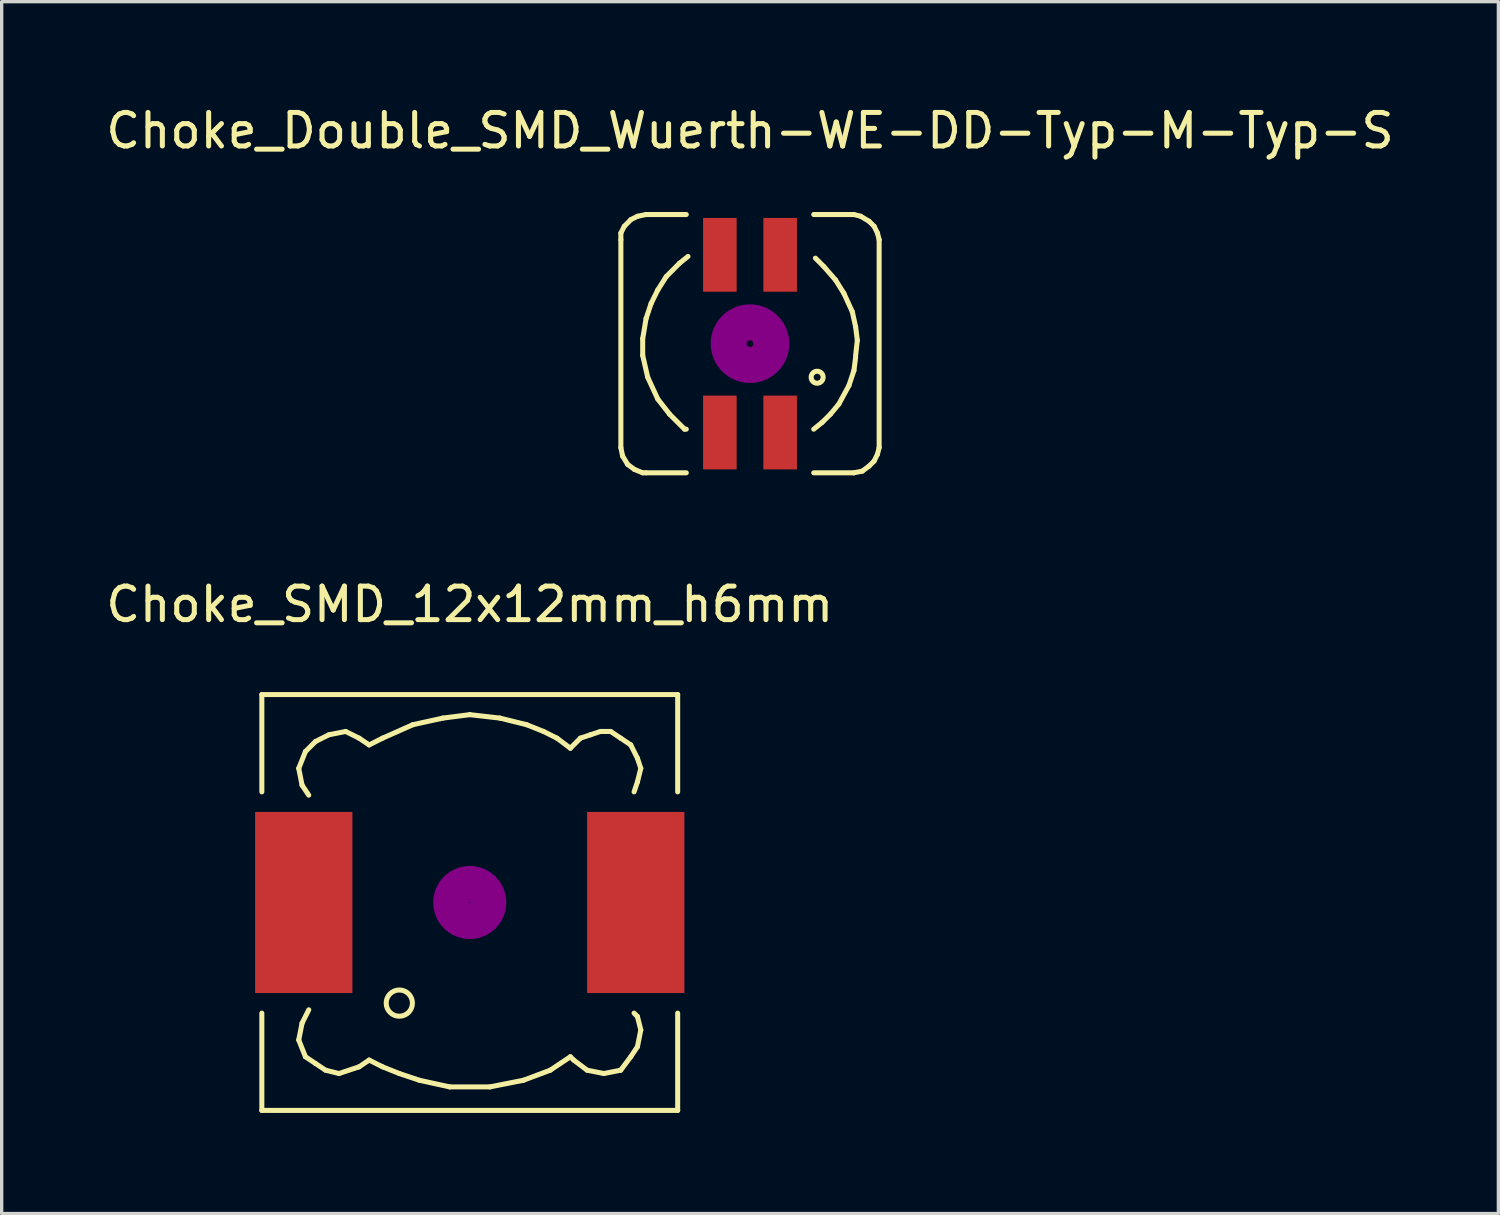
<source format=kicad_pcb>
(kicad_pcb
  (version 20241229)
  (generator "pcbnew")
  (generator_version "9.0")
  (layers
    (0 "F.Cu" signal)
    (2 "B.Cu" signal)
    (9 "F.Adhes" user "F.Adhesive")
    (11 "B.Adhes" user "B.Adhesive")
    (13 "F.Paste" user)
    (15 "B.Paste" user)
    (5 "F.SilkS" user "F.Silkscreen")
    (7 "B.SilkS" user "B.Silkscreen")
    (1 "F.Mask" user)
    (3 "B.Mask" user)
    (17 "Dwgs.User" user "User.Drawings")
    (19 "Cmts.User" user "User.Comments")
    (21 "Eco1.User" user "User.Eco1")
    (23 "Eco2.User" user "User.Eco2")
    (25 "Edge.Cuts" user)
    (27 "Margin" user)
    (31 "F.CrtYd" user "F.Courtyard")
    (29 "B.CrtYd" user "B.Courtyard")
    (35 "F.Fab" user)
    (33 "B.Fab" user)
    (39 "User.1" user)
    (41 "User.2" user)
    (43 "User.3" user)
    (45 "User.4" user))
  (footprint "Choke_Double_SMD_Wuerth-WE-DD-Typ-M-Typ-S"
    (layer "F.Cu")
    (at 19.315 7.198)
    (property "Reference" "Choke_Double_SMD_Wuerth-WE-DD-Typ-M-Typ-S" (at 0 -6.35 0) (layer "F.SilkS") (effects (font (size 1 1) (thickness 0.15))))
    (attr smd)
    (fp_line (start -3.851 -3.299) (end -3.851 -3.099) (stroke (width 0.15) (type solid)) (layer "F.SilkS"))
    (fp_line (start -3.851 -3.099) (end -3.851 3.099) (stroke (width 0.15) (type solid)) (layer "F.SilkS"))
    (fp_line (start -3.851 3.099) (end -3.8 3.35) (stroke (width 0.15) (type solid)) (layer "F.SilkS"))
    (fp_line (start -3.8 3.35) (end -3.65 3.599) (stroke (width 0.15) (type solid)) (layer "F.SilkS"))
    (fp_line (start -3.749 -3.5) (end -3.851 -3.299) (stroke (width 0.15) (type solid)) (layer "F.SilkS"))
    (fp_line (start -3.65 3.599) (end -3.449 3.749) (stroke (width 0.15) (type solid)) (layer "F.SilkS"))
    (fp_line (start -3.551 -3.701) (end -3.749 -3.5) (stroke (width 0.15) (type solid)) (layer "F.SilkS"))
    (fp_line (start -3.449 3.749) (end -3.2 3.851) (stroke (width 0.15) (type solid)) (layer "F.SilkS"))
    (fp_line (start -3.35 -3.8) (end -3.551 -3.701) (stroke (width 0.15) (type solid)) (layer "F.SilkS"))
    (fp_line (start -3.2 -0.15) (end -3.2 0.351) (stroke (width 0.15) (type solid)) (layer "F.SilkS"))
    (fp_line (start -3.2 0.351) (end -3.051 1.001) (stroke (width 0.15) (type solid)) (layer "F.SilkS"))
    (fp_line (start -3.2 3.851) (end -3.099 3.851) (stroke (width 0.15) (type solid)) (layer "F.SilkS"))
    (fp_line (start -3.099 -3.851) (end -3.35 -3.8) (stroke (width 0.15) (type solid)) (layer "F.SilkS"))
    (fp_line (start -3.099 -0.749) (end -3.2 -0.15) (stroke (width 0.15) (type solid)) (layer "F.SilkS"))
    (fp_line (start -3.099 3.851) (end -1.9 3.851) (stroke (width 0.15) (type solid)) (layer "F.SilkS"))
    (fp_line (start -3.051 1.001) (end -2.751 1.651) (stroke (width 0.15) (type solid)) (layer "F.SilkS"))
    (fp_line (start -2.949 -1.199) (end -3.099 -0.749) (stroke (width 0.15) (type solid)) (layer "F.SilkS"))
    (fp_line (start -2.751 -1.6) (end -2.949 -1.199) (stroke (width 0.15) (type solid)) (layer "F.SilkS"))
    (fp_line (start -2.751 1.651) (end -2.4 2.101) (stroke (width 0.15) (type solid)) (layer "F.SilkS"))
    (fp_line (start -2.499 -1.999) (end -2.751 -1.6) (stroke (width 0.15) (type solid)) (layer "F.SilkS"))
    (fp_line (start -2.4 2.101) (end -1.951 2.55) (stroke (width 0.15) (type solid)) (layer "F.SilkS"))
    (fp_line (start -2.101 -2.4) (end -2.499 -1.999) (stroke (width 0.15) (type solid)) (layer "F.SilkS"))
    (fp_line (start -1.951 2.55) (end -1.9 2.55) (stroke (width 0.15) (type solid)) (layer "F.SilkS"))
    (fp_line (start -1.9 -3.851) (end -3.099 -3.851) (stroke (width 0.15) (type solid)) (layer "F.SilkS"))
    (fp_line (start -1.849 -2.601) (end -2.101 -2.4) (stroke (width 0.15) (type solid)) (layer "F.SilkS"))
    (fp_line (start 1.9 -3.851) (end 3.099 -3.851) (stroke (width 0.15) (type solid)) (layer "F.SilkS"))
    (fp_line (start 1.951 -2.55) (end 2.2 -2.301) (stroke (width 0.15) (type solid)) (layer "F.SilkS"))
    (fp_line (start 2.149 2.349) (end 1.9 2.55) (stroke (width 0.15) (type solid)) (layer "F.SilkS"))
    (fp_line (start 2.2 -2.301) (end 2.55 -1.9) (stroke (width 0.15) (type solid)) (layer "F.SilkS"))
    (fp_line (start 2.4 2.101) (end 2.149 2.349) (stroke (width 0.15) (type solid)) (layer "F.SilkS"))
    (fp_line (start 2.55 -1.9) (end 2.799 -1.501) (stroke (width 0.15) (type solid)) (layer "F.SilkS"))
    (fp_line (start 2.649 1.801) (end 2.4 2.101) (stroke (width 0.15) (type solid)) (layer "F.SilkS"))
    (fp_line (start 2.799 -1.501) (end 3.051 -0.95) (stroke (width 0.15) (type solid)) (layer "F.SilkS"))
    (fp_line (start 2.949 1.25) (end 2.649 1.801) (stroke (width 0.15) (type solid)) (layer "F.SilkS"))
    (fp_line (start 3.051 -0.95) (end 3.15 -0.5) (stroke (width 0.15) (type solid)) (layer "F.SilkS"))
    (fp_line (start 3.099 -3.851) (end 3.299 -3.8) (stroke (width 0.15) (type solid)) (layer "F.SilkS"))
    (fp_line (start 3.099 0.8) (end 2.949 1.25) (stroke (width 0.15) (type solid)) (layer "F.SilkS"))
    (fp_line (start 3.099 3.851) (end 1.9 3.851) (stroke (width 0.15) (type solid)) (layer "F.SilkS"))
    (fp_line (start 3.15 -0.5) (end 3.2 -0.099) (stroke (width 0.15) (type solid)) (layer "F.SilkS"))
    (fp_line (start 3.15 0.399) (end 3.099 0.8) (stroke (width 0.15) (type solid)) (layer "F.SilkS"))
    (fp_line (start 3.2 -0.099) (end 3.15 0.351) (stroke (width 0.15) (type solid)) (layer "F.SilkS"))
    (fp_line (start 3.299 -3.8) (end 3.551 -3.65) (stroke (width 0.15) (type solid)) (layer "F.SilkS"))
    (fp_line (start 3.35 3.8) (end 3.099 3.851) (stroke (width 0.15) (type solid)) (layer "F.SilkS"))
    (fp_line (start 3.551 -3.65) (end 3.701 -3.5) (stroke (width 0.15) (type solid)) (layer "F.SilkS"))
    (fp_line (start 3.551 3.65) (end 3.35 3.8) (stroke (width 0.15) (type solid)) (layer "F.SilkS"))
    (fp_line (start 3.701 -3.5) (end 3.8 -3.299) (stroke (width 0.15) (type solid)) (layer "F.SilkS"))
    (fp_line (start 3.701 3.5) (end 3.551 3.65) (stroke (width 0.15) (type solid)) (layer "F.SilkS"))
    (fp_line (start 3.8 -3.299) (end 3.851 -3.099) (stroke (width 0.15) (type solid)) (layer "F.SilkS"))
    (fp_line (start 3.8 3.299) (end 3.701 3.5) (stroke (width 0.15) (type solid)) (layer "F.SilkS"))
    (fp_line (start 3.851 -3.099) (end 3.851 3.099) (stroke (width 0.15) (type solid)) (layer "F.SilkS"))
    (fp_line (start 3.851 3.099) (end 3.8 3.299) (stroke (width 0.15) (type solid)) (layer "F.SilkS"))
    (fp_circle (center 2.002 1.001) (end 2.151 0.902) (stroke (width 0.15) (type solid)) (fill no) (layer "F.SilkS"))
    (fp_circle (center 0 0) (end 0.1 0) (stroke (width 0.305) (type solid)) (fill no) (layer "F.Adhes"))
    (fp_circle (center 0 0) (end 0.3 -0.1) (stroke (width 0.305) (type solid)) (fill no) (layer "F.Adhes"))
    (fp_circle (center 0 0) (end 0.6 0) (stroke (width 0.305) (type solid)) (fill no) (layer "F.Adhes"))
    (fp_circle (center 0 0) (end 0.8 -0.1) (stroke (width 0.305) (type solid)) (fill no) (layer "F.Adhes"))
    (fp_circle (center 0 0) (end 1 -0.2) (stroke (width 0.305) (type solid)) (fill no) (layer "F.Adhes"))
    (fp_circle (center 0.8 0) (end 0.8 0) (stroke (width 0.305) (type solid)) (fill no) (layer "F.Adhes"))
    (pad "1" smd rect (at -0.899 2.649) (size 1.001 2.2) (layers "F.Cu" "F.Mask" "F.Paste"))
    (pad "2" smd rect (at -0.899 -2.649) (size 1.001 2.2) (layers "F.Cu" "F.Mask" "F.Paste"))
    (pad "3" smd rect (at 0.899 -2.649) (size 1.001 2.2) (layers "F.Cu" "F.Mask" "F.Paste"))
    (pad "4" smd rect (at 0.899 2.649) (size 1.001 2.2) (layers "F.Cu" "F.Mask" "F.Paste")))
  (footprint "Choke_SMD_12x12mm_h6mm"
    (layer "F.Cu")
    (at 10.958 23.862)
    (property "Reference" "Choke_SMD_12x12mm_h6mm" (at 0 -8.89 0) (layer "F.SilkS") (effects (font (size 1 1) (thickness 0.15))))
    (attr smd)
    (fp_line (start -6.2 -6.2) (end -6.2 -3.299) (stroke (width 0.15) (type solid)) (layer "F.SilkS"))
    (fp_line (start -6.2 3.299) (end -6.2 6.2) (stroke (width 0.15) (type solid)) (layer "F.SilkS"))
    (fp_line (start -6.2 6.2) (end 6.2 6.2) (stroke (width 0.15) (type solid)) (layer "F.SilkS"))
    (fp_line (start -5.1 -4) (end -5.001 -3.5) (stroke (width 0.15) (type solid)) (layer "F.SilkS"))
    (fp_line (start -5.1 4.1) (end -5.001 3.599) (stroke (width 0.15) (type solid)) (layer "F.SilkS"))
    (fp_line (start -5.001 -3.5) (end -4.801 -3.2) (stroke (width 0.15) (type solid)) (layer "F.SilkS"))
    (fp_line (start -5.001 3.599) (end -4.801 3.2) (stroke (width 0.15) (type solid)) (layer "F.SilkS"))
    (fp_line (start -4.9 -4.501) (end -5.1 -4) (stroke (width 0.15) (type solid)) (layer "F.SilkS"))
    (fp_line (start -4.9 4.6) (end -5.1 4.1) (stroke (width 0.15) (type solid)) (layer "F.SilkS"))
    (fp_line (start -4.6 -4.801) (end -4.9 -4.501) (stroke (width 0.15) (type solid)) (layer "F.SilkS"))
    (fp_line (start -4.6 4.801) (end -4.9 4.6) (stroke (width 0.15) (type solid)) (layer "F.SilkS"))
    (fp_line (start -4.3 5.001) (end -4.6 4.801) (stroke (width 0.15) (type solid)) (layer "F.SilkS"))
    (fp_line (start -4.201 -5.001) (end -4.6 -4.801) (stroke (width 0.15) (type solid)) (layer "F.SilkS"))
    (fp_line (start -3.899 5.1) (end -4.3 5.001) (stroke (width 0.15) (type solid)) (layer "F.SilkS"))
    (fp_line (start -3.701 -5.1) (end -4.201 -5.001) (stroke (width 0.15) (type solid)) (layer "F.SilkS"))
    (fp_line (start -3.299 -4.9) (end -3.701 -5.1) (stroke (width 0.15) (type solid)) (layer "F.SilkS"))
    (fp_line (start -3.299 4.9) (end -3.899 5.1) (stroke (width 0.15) (type solid)) (layer "F.SilkS"))
    (fp_line (start -3 -4.699) (end -3.299 -4.9) (stroke (width 0.15) (type solid)) (layer "F.SilkS"))
    (fp_line (start -3 4.699) (end -3.299 4.9) (stroke (width 0.15) (type solid)) (layer "F.SilkS"))
    (fp_line (start -2.601 -4.9) (end -3 -4.699) (stroke (width 0.15) (type solid)) (layer "F.SilkS"))
    (fp_line (start -2.601 4.9) (end -3 4.699) (stroke (width 0.15) (type solid)) (layer "F.SilkS"))
    (fp_line (start -2.101 5.1) (end -2.601 4.9) (stroke (width 0.15) (type solid)) (layer "F.SilkS"))
    (fp_line (start -1.699 -5.301) (end -2.601 -4.9) (stroke (width 0.15) (type solid)) (layer "F.SilkS"))
    (fp_line (start -1.501 5.301) (end -2.101 5.1) (stroke (width 0.15) (type solid)) (layer "F.SilkS"))
    (fp_line (start -0.8 -5.499) (end -1.699 -5.301) (stroke (width 0.15) (type solid)) (layer "F.SilkS"))
    (fp_line (start -0.599 5.499) (end -1.501 5.301) (stroke (width 0.15) (type solid)) (layer "F.SilkS"))
    (fp_line (start 0 -5.601) (end -0.8 -5.499) (stroke (width 0.15) (type solid)) (layer "F.SilkS"))
    (fp_line (start 0.599 5.499) (end -0.599 5.499) (stroke (width 0.15) (type solid)) (layer "F.SilkS"))
    (fp_line (start 0.899 -5.499) (end 0 -5.601) (stroke (width 0.15) (type solid)) (layer "F.SilkS"))
    (fp_line (start 1.6 5.301) (end 0.599 5.499) (stroke (width 0.15) (type solid)) (layer "F.SilkS"))
    (fp_line (start 1.699 -5.301) (end 0.899 -5.499) (stroke (width 0.15) (type solid)) (layer "F.SilkS"))
    (fp_line (start 2.2 -5.1) (end 1.699 -5.301) (stroke (width 0.15) (type solid)) (layer "F.SilkS"))
    (fp_line (start 2.4 5.001) (end 1.6 5.301) (stroke (width 0.15) (type solid)) (layer "F.SilkS"))
    (fp_line (start 2.601 -4.9) (end 2.2 -5.1) (stroke (width 0.15) (type solid)) (layer "F.SilkS"))
    (fp_line (start 3 -4.6) (end 2.601 -4.9) (stroke (width 0.15) (type solid)) (layer "F.SilkS"))
    (fp_line (start 3 4.6) (end 2.4 5.001) (stroke (width 0.15) (type solid)) (layer "F.SilkS"))
    (fp_line (start 3.099 4.699) (end 3 4.6) (stroke (width 0.15) (type solid)) (layer "F.SilkS"))
    (fp_line (start 3.299 -4.9) (end 3 -4.6) (stroke (width 0.15) (type solid)) (layer "F.SilkS"))
    (fp_line (start 3.5 5.001) (end 3.099 4.699) (stroke (width 0.15) (type solid)) (layer "F.SilkS"))
    (fp_line (start 3.599 -5.001) (end 3.299 -4.9) (stroke (width 0.15) (type solid)) (layer "F.SilkS"))
    (fp_line (start 3.899 -5.1) (end 3.599 -5.001) (stroke (width 0.15) (type solid)) (layer "F.SilkS"))
    (fp_line (start 4 5.1) (end 3.5 5.001) (stroke (width 0.15) (type solid)) (layer "F.SilkS"))
    (fp_line (start 4.201 -5.1) (end 3.899 -5.1) (stroke (width 0.15) (type solid)) (layer "F.SilkS"))
    (fp_line (start 4.501 -4.9) (end 4.201 -5.1) (stroke (width 0.15) (type solid)) (layer "F.SilkS"))
    (fp_line (start 4.501 5.001) (end 4 5.1) (stroke (width 0.15) (type solid)) (layer "F.SilkS"))
    (fp_line (start 4.801 -4.699) (end 4.501 -4.9) (stroke (width 0.15) (type solid)) (layer "F.SilkS"))
    (fp_line (start 4.801 4.6) (end 4.501 5.001) (stroke (width 0.15) (type solid)) (layer "F.SilkS"))
    (fp_line (start 4.9 -3.299) (end 5.001 -3.599) (stroke (width 0.15) (type solid)) (layer "F.SilkS"))
    (fp_line (start 4.9 3.299) (end 5.001 3.401) (stroke (width 0.15) (type solid)) (layer "F.SilkS"))
    (fp_line (start 5.001 -4.3) (end 4.801 -4.699) (stroke (width 0.15) (type solid)) (layer "F.SilkS"))
    (fp_line (start 5.001 -3.599) (end 5.1 -4) (stroke (width 0.15) (type solid)) (layer "F.SilkS"))
    (fp_line (start 5.001 3.401) (end 5.1 3.8) (stroke (width 0.15) (type solid)) (layer "F.SilkS"))
    (fp_line (start 5.001 4.3) (end 4.801 4.6) (stroke (width 0.15) (type solid)) (layer "F.SilkS"))
    (fp_line (start 5.1 -4) (end 5.001 -4.3) (stroke (width 0.15) (type solid)) (layer "F.SilkS"))
    (fp_line (start 5.1 3.8) (end 5.001 4.3) (stroke (width 0.15) (type solid)) (layer "F.SilkS"))
    (fp_line (start 6.2 -6.2) (end -6.2 -6.2) (stroke (width 0.15) (type solid)) (layer "F.SilkS"))
    (fp_line (start 6.2 -6.2) (end 6.2 -3.299) (stroke (width 0.15) (type solid)) (layer "F.SilkS"))
    (fp_line (start 6.2 6.2) (end 6.2 3.299) (stroke (width 0.15) (type solid)) (layer "F.SilkS"))
    (fp_circle (center -2.101 3) (end -1.801 3.251) (stroke (width 0.15) (type solid)) (fill no) (layer "F.SilkS"))
    (fp_circle (center 0 0) (end 0.15 0.15) (stroke (width 0.381) (type solid)) (fill no) (layer "F.Adhes"))
    (fp_circle (center 0 0) (end 0.551 0) (stroke (width 0.381) (type solid)) (fill no) (layer "F.Adhes"))
    (fp_circle (center 0 0) (end 0.899 0) (stroke (width 0.381) (type solid)) (fill no) (layer "F.Adhes"))
    (pad "1" smd rect (at -4.95 0) (size 2.901 5.4) (layers "F.Cu" "F.Mask" "F.Paste"))
    (pad "2" smd rect (at 4.95 0) (size 2.901 5.4) (layers "F.Cu" "F.Mask" "F.Paste")))
  (gr_rect
    (start -3 -3)
    (end 41.631 33.137)
    (stroke (width 0.1) (type default))
    (fill no)
    (layer "Edge.Cuts")))
</source>
